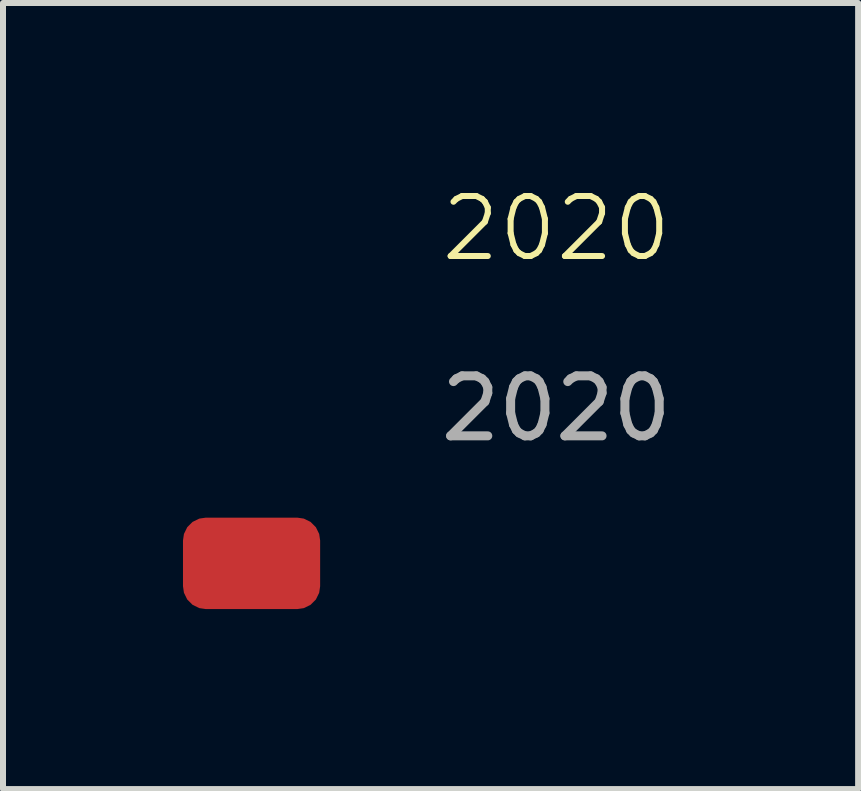
<source format=kicad_pcb>
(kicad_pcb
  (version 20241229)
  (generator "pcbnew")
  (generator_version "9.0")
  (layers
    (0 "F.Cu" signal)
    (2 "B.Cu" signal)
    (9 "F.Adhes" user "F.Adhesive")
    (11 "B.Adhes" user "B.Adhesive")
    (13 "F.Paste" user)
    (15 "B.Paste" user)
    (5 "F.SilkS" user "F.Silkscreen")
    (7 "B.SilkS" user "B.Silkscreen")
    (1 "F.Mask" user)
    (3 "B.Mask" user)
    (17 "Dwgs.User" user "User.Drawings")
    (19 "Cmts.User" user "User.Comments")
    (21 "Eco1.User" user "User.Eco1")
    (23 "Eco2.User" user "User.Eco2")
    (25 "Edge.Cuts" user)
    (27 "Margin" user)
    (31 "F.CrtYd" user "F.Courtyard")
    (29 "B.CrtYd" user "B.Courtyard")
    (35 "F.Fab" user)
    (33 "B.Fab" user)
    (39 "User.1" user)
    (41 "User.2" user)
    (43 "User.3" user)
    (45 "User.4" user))
  (footprint "2020"
    (layer "F.Cu")
    (at 6.223 1.26)
    (property "Reference" "2020" (at 0 -0.5 0) (unlocked yes) (layer "F.SilkS") (effects (font (size 1 1) (thickness 0.1))))
    (attr smd)
    (fp_text user "${REFERENCE}" (at 0 2.5 0) (unlocked yes) (layer "F.Fab") (effects (font (size 1 1) (thickness 0.15))))
    (pad "1" smd roundrect (at -5.08 5.08) (size 2.286 1.524) (layers "F.Cu" "F.Mask" "F.Paste") (roundrect_rratio 0.25)))
  (gr_rect
    (start -3 -3)
    (end 11.253 10.102)
    (stroke (width 0.1) (type default))
    (fill no)
    (layer "Edge.Cuts")))
</source>
